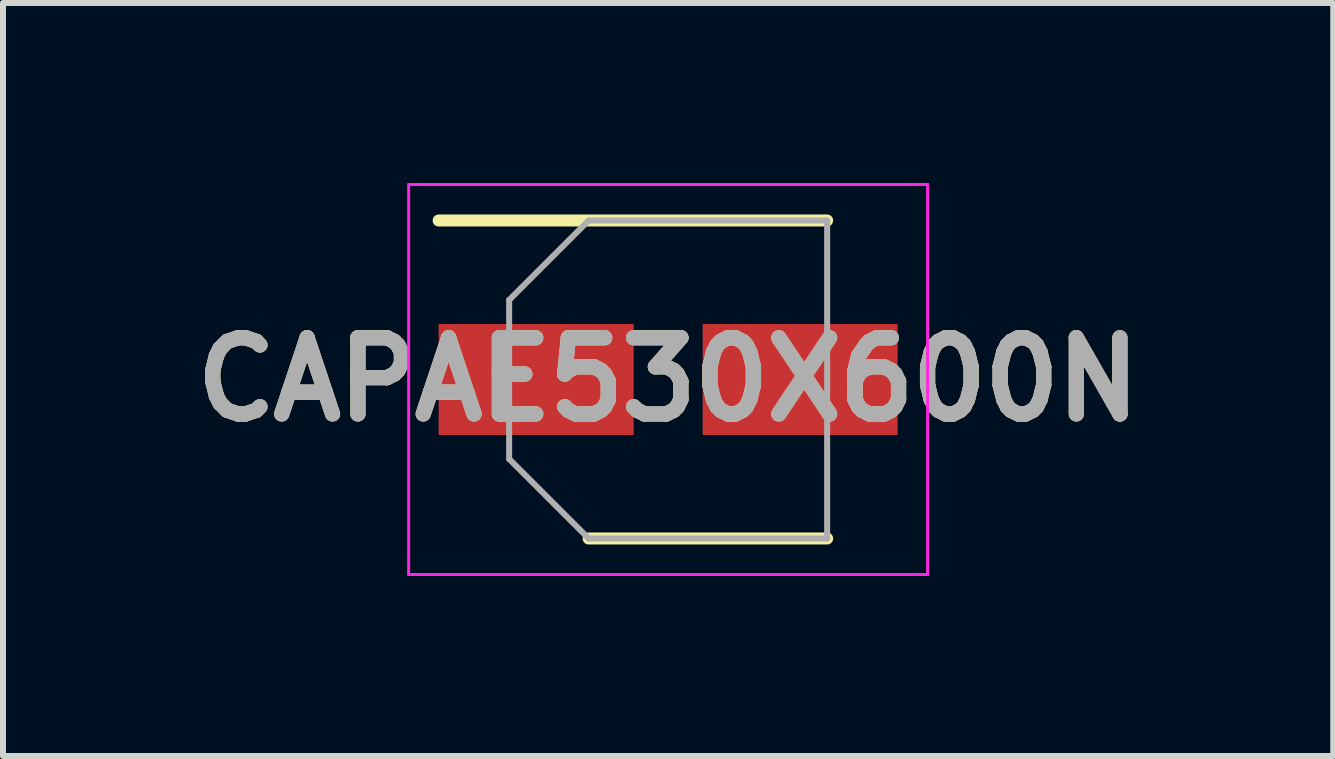
<source format=kicad_pcb>
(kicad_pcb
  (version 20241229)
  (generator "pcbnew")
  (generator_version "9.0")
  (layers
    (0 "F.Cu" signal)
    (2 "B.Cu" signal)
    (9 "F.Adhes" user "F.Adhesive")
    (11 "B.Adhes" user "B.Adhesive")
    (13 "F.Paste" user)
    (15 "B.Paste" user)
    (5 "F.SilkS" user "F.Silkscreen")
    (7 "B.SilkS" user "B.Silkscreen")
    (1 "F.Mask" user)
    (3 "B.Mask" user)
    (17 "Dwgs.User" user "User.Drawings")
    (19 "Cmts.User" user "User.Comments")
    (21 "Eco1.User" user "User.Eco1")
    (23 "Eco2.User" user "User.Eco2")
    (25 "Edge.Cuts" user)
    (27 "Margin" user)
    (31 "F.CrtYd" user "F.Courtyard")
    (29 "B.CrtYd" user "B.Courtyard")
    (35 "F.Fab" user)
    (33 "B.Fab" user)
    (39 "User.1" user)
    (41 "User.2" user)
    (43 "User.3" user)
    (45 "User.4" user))
  (footprint "CAPAE530X600N"
    (layer "F.Cu")
    (at 8.086 3.275)
    (property "Reference" "CAPAE530X600N" (at 0 0 0) (layer "F.SilkS") (effects (font (size 1.27 1.27) (thickness 0.254))))
    (attr smd)
    (fp_line (start -3.825 -2.65) (end 2.65 -2.65) (stroke (width 0.2) (type solid)) (layer "F.SilkS"))
    (fp_line (start -1.325 2.65) (end 2.65 2.65) (stroke (width 0.2) (type solid)) (layer "F.SilkS"))
    (fp_line (start -4.325 -3.25) (end 4.325 -3.25) (stroke (width 0.05) (type solid)) (layer "F.CrtYd"))
    (fp_line (start -4.325 3.25) (end -4.325 -3.25) (stroke (width 0.05) (type solid)) (layer "F.CrtYd"))
    (fp_line (start 4.325 -3.25) (end 4.325 3.25) (stroke (width 0.05) (type solid)) (layer "F.CrtYd"))
    (fp_line (start 4.325 3.25) (end -4.325 3.25) (stroke (width 0.05) (type solid)) (layer "F.CrtYd"))
    (fp_line (start -2.65 -1.325) (end -2.65 1.325) (stroke (width 0.1) (type solid)) (layer "F.Fab"))
    (fp_line (start -2.65 1.325) (end -1.325 2.65) (stroke (width 0.1) (type solid)) (layer "F.Fab"))
    (fp_line (start -1.325 -2.65) (end -2.65 -1.325) (stroke (width 0.1) (type solid)) (layer "F.Fab"))
    (fp_line (start -1.325 2.65) (end 2.65 2.65) (stroke (width 0.1) (type solid)) (layer "F.Fab"))
    (fp_line (start 2.65 -2.65) (end -1.325 -2.65) (stroke (width 0.1) (type solid)) (layer "F.Fab"))
    (fp_line (start 2.65 2.65) (end 2.65 -2.65) (stroke (width 0.1) (type solid)) (layer "F.Fab"))
    (fp_text user "${REFERENCE}" (at 0 0 0) (layer "F.Fab") (effects (font (size 1.27 1.27) (thickness 0.254))))
    (pad "1" smd rect (at -2.2 0 90) (size 1.85 3.25) (layers "F.Cu" "F.Mask" "F.Paste"))
    (pad "2" smd rect (at 2.2 0 90) (size 1.85 3.25) (layers "F.Cu" "F.Mask" "F.Paste")))
  (gr_rect
    (start -3 -3)
    (end 19.171 9.55)
    (stroke (width 0.1) (type default))
    (fill no)
    (layer "Edge.Cuts")))
</source>
